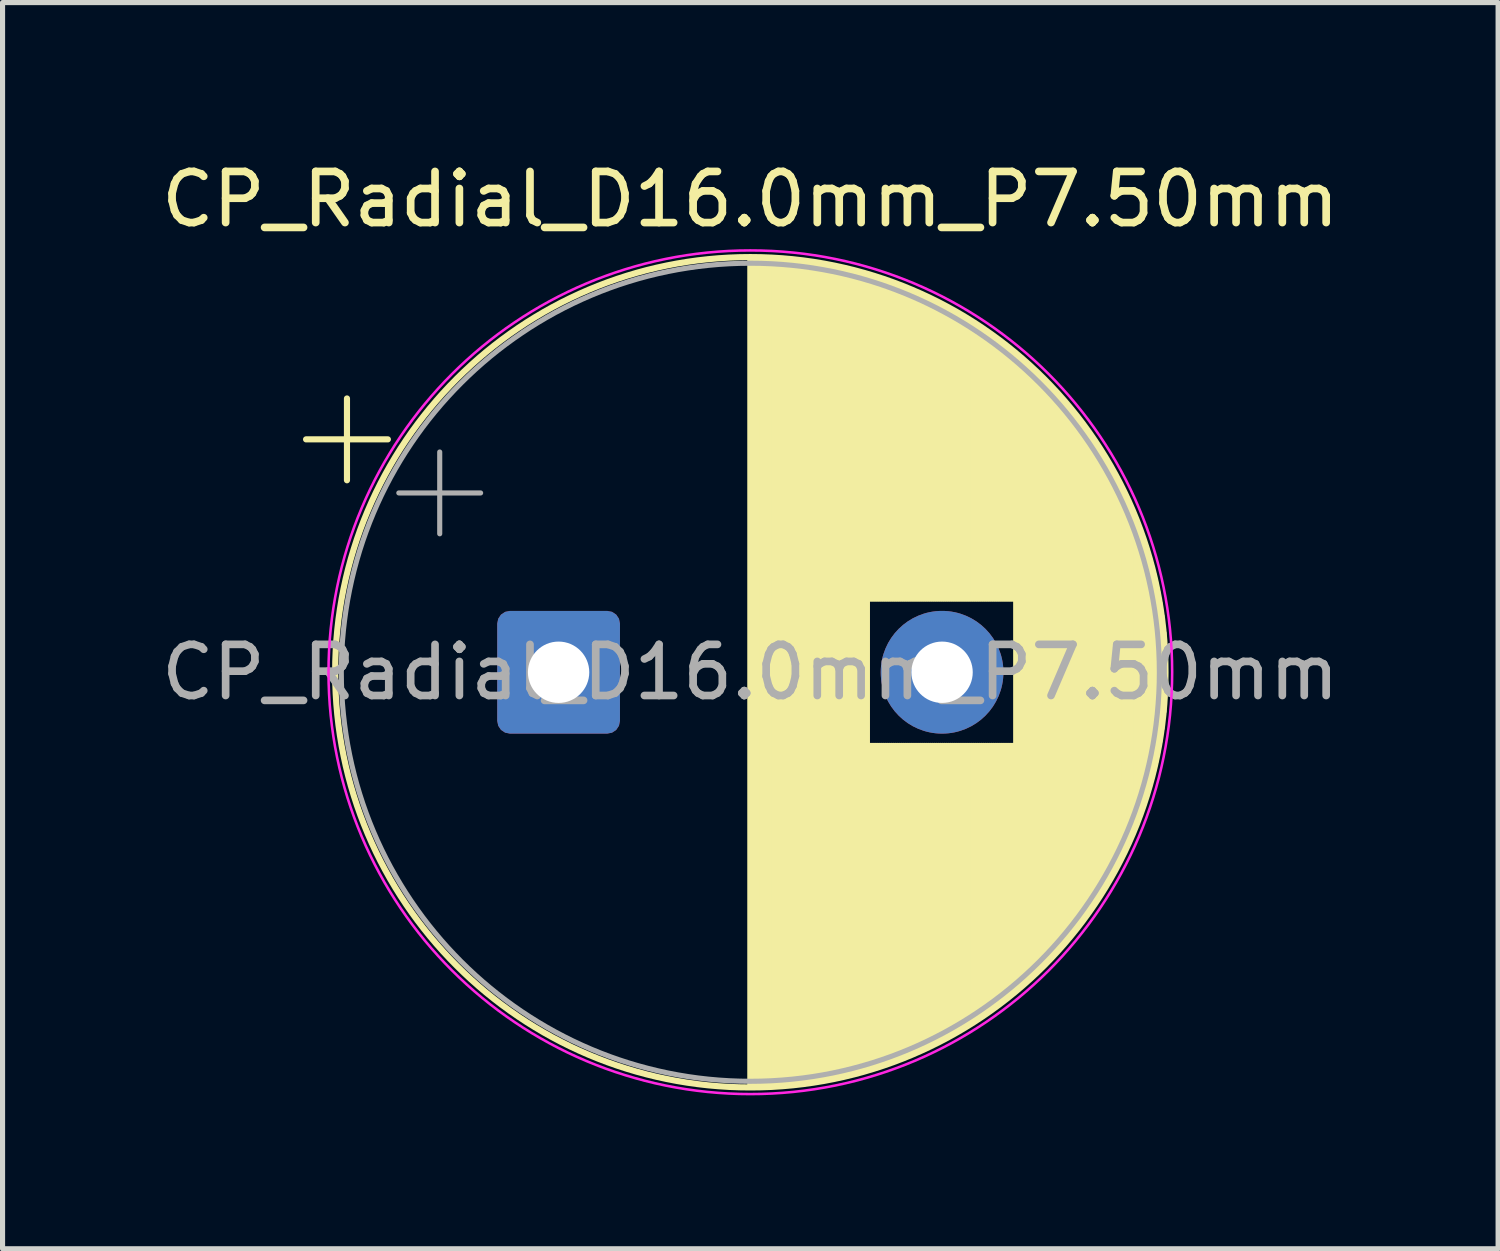
<source format=kicad_pcb>
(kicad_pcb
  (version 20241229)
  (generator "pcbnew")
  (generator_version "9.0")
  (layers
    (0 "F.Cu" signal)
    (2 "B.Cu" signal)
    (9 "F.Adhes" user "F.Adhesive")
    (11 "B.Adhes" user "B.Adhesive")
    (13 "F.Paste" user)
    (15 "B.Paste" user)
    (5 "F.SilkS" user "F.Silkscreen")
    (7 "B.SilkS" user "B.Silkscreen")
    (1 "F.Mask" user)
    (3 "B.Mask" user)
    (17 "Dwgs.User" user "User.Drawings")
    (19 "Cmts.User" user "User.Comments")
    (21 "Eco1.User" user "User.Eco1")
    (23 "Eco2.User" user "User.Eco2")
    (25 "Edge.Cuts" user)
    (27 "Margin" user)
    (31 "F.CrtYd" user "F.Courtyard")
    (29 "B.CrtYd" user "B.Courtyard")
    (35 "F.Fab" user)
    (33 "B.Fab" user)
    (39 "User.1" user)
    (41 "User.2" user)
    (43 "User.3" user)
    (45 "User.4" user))
  (footprint "CP_Radial_D16.0mm_P7.50mm"
    (layer "F.Cu")
    (at 7.875 10.098)
    (property "Reference" "CP_Radial_D16.0mm_P7.50mm" (at 3.75 -9.25 0) (layer "F.SilkS") (effects (font (size 1 1) (thickness 0.15))))
    (attr through_hole)
    (fp_line (start -4.939 -4.555) (end -3.339 -4.555) (stroke (width 0.12) (type solid)) (layer "F.SilkS"))
    (fp_line (start -4.139 -5.355) (end -4.139 -3.755) (stroke (width 0.12) (type solid)) (layer "F.SilkS"))
    (fp_line (start 3.75 -8.08) (end 3.75 8.08) (stroke (width 0.12) (type solid)) (layer "F.SilkS"))
    (fp_line (start 3.79 -8.08) (end 3.79 8.08) (stroke (width 0.12) (type solid)) (layer "F.SilkS"))
    (fp_line (start 3.83 -8.08) (end 3.83 8.08) (stroke (width 0.12) (type solid)) (layer "F.SilkS"))
    (fp_line (start 3.87 -8.079) (end 3.87 8.079) (stroke (width 0.12) (type solid)) (layer "F.SilkS"))
    (fp_line (start 3.91 -8.078) (end 3.91 8.078) (stroke (width 0.12) (type solid)) (layer "F.SilkS"))
    (fp_line (start 3.95 -8.078) (end 3.95 8.078) (stroke (width 0.12) (type solid)) (layer "F.SilkS"))
    (fp_line (start 3.99 -8.076) (end 3.99 8.076) (stroke (width 0.12) (type solid)) (layer "F.SilkS"))
    (fp_line (start 4.03 -8.075) (end 4.03 8.075) (stroke (width 0.12) (type solid)) (layer "F.SilkS"))
    (fp_line (start 4.07 -8.074) (end 4.07 8.074) (stroke (width 0.12) (type solid)) (layer "F.SilkS"))
    (fp_line (start 4.11 -8.072) (end 4.11 8.072) (stroke (width 0.12) (type solid)) (layer "F.SilkS"))
    (fp_line (start 4.15 -8.07) (end 4.15 8.07) (stroke (width 0.12) (type solid)) (layer "F.SilkS"))
    (fp_line (start 4.19 -8.068) (end 4.19 8.068) (stroke (width 0.12) (type solid)) (layer "F.SilkS"))
    (fp_line (start 4.23 -8.066) (end 4.23 8.066) (stroke (width 0.12) (type solid)) (layer "F.SilkS"))
    (fp_line (start 4.27 -8.063) (end 4.27 8.063) (stroke (width 0.12) (type solid)) (layer "F.SilkS"))
    (fp_line (start 4.31 -8.061) (end 4.31 8.061) (stroke (width 0.12) (type solid)) (layer "F.SilkS"))
    (fp_line (start 4.35 -8.058) (end 4.35 8.058) (stroke (width 0.12) (type solid)) (layer "F.SilkS"))
    (fp_line (start 4.39 -8.055) (end 4.39 8.055) (stroke (width 0.12) (type solid)) (layer "F.SilkS"))
    (fp_line (start 4.43 -8.051) (end 4.43 8.051) (stroke (width 0.12) (type solid)) (layer "F.SilkS"))
    (fp_line (start 4.47 -8.048) (end 4.47 8.048) (stroke (width 0.12) (type solid)) (layer "F.SilkS"))
    (fp_line (start 4.51 -8.044) (end 4.51 8.044) (stroke (width 0.12) (type solid)) (layer "F.SilkS"))
    (fp_line (start 4.55 -8.04) (end 4.55 8.04) (stroke (width 0.12) (type solid)) (layer "F.SilkS"))
    (fp_line (start 4.59 -8.036) (end 4.59 8.036) (stroke (width 0.12) (type solid)) (layer "F.SilkS"))
    (fp_line (start 4.63 -8.032) (end 4.63 8.032) (stroke (width 0.12) (type solid)) (layer "F.SilkS"))
    (fp_line (start 4.67 -8.028) (end 4.67 8.028) (stroke (width 0.12) (type solid)) (layer "F.SilkS"))
    (fp_line (start 4.71 -8.023) (end 4.71 8.023) (stroke (width 0.12) (type solid)) (layer "F.SilkS"))
    (fp_line (start 4.75 -8.018) (end 4.75 8.018) (stroke (width 0.12) (type solid)) (layer "F.SilkS"))
    (fp_line (start 4.79 -8.013) (end 4.79 8.013) (stroke (width 0.12) (type solid)) (layer "F.SilkS"))
    (fp_line (start 4.83 -8.008) (end 4.83 8.008) (stroke (width 0.12) (type solid)) (layer "F.SilkS"))
    (fp_line (start 4.87 -8.002) (end 4.87 8.002) (stroke (width 0.12) (type solid)) (layer "F.SilkS"))
    (fp_line (start 4.91 -7.997) (end 4.91 7.997) (stroke (width 0.12) (type solid)) (layer "F.SilkS"))
    (fp_line (start 4.95 -7.991) (end 4.95 7.991) (stroke (width 0.12) (type solid)) (layer "F.SilkS"))
    (fp_line (start 4.99 -7.985) (end 4.99 7.985) (stroke (width 0.12) (type solid)) (layer "F.SilkS"))
    (fp_line (start 5.03 -7.978) (end 5.03 7.978) (stroke (width 0.12) (type solid)) (layer "F.SilkS"))
    (fp_line (start 5.07 -7.972) (end 5.07 7.972) (stroke (width 0.12) (type solid)) (layer "F.SilkS"))
    (fp_line (start 5.11 -7.965) (end 5.11 7.965) (stroke (width 0.12) (type solid)) (layer "F.SilkS"))
    (fp_line (start 5.15 -7.958) (end 5.15 7.958) (stroke (width 0.12) (type solid)) (layer "F.SilkS"))
    (fp_line (start 5.19 -7.951) (end 5.19 7.951) (stroke (width 0.12) (type solid)) (layer "F.SilkS"))
    (fp_line (start 5.23 -7.944) (end 5.23 7.944) (stroke (width 0.12) (type solid)) (layer "F.SilkS"))
    (fp_line (start 5.27 -7.936) (end 5.27 7.936) (stroke (width 0.12) (type solid)) (layer "F.SilkS"))
    (fp_line (start 5.31 -7.929) (end 5.31 7.929) (stroke (width 0.12) (type solid)) (layer "F.SilkS"))
    (fp_line (start 5.35 -7.921) (end 5.35 7.921) (stroke (width 0.12) (type solid)) (layer "F.SilkS"))
    (fp_line (start 5.39 -7.913) (end 5.39 7.913) (stroke (width 0.12) (type solid)) (layer "F.SilkS"))
    (fp_line (start 5.43 -7.904) (end 5.43 7.904) (stroke (width 0.12) (type solid)) (layer "F.SilkS"))
    (fp_line (start 5.47 -7.896) (end 5.47 7.896) (stroke (width 0.12) (type solid)) (layer "F.SilkS"))
    (fp_line (start 5.51 -7.887) (end 5.51 7.887) (stroke (width 0.12) (type solid)) (layer "F.SilkS"))
    (fp_line (start 5.55 -7.878) (end 5.55 7.878) (stroke (width 0.12) (type solid)) (layer "F.SilkS"))
    (fp_line (start 5.59 -7.869) (end 5.59 7.869) (stroke (width 0.12) (type solid)) (layer "F.SilkS"))
    (fp_line (start 5.63 -7.859) (end 5.63 7.859) (stroke (width 0.12) (type solid)) (layer "F.SilkS"))
    (fp_line (start 5.67 -7.85) (end 5.67 7.85) (stroke (width 0.12) (type solid)) (layer "F.SilkS"))
    (fp_line (start 5.71 -7.84) (end 5.71 7.84) (stroke (width 0.12) (type solid)) (layer "F.SilkS"))
    (fp_line (start 5.75 -7.83) (end 5.75 7.83) (stroke (width 0.12) (type solid)) (layer "F.SilkS"))
    (fp_line (start 5.79 -7.82) (end 5.79 7.82) (stroke (width 0.12) (type solid)) (layer "F.SilkS"))
    (fp_line (start 5.83 -7.809) (end 5.83 7.809) (stroke (width 0.12) (type solid)) (layer "F.SilkS"))
    (fp_line (start 5.87 -7.798) (end 5.87 7.798) (stroke (width 0.12) (type solid)) (layer "F.SilkS"))
    (fp_line (start 5.91 -7.787) (end 5.91 7.787) (stroke (width 0.12) (type solid)) (layer "F.SilkS"))
    (fp_line (start 5.95 -7.776) (end 5.95 7.776) (stroke (width 0.12) (type solid)) (layer "F.SilkS"))
    (fp_line (start 5.99 -7.765) (end 5.99 7.765) (stroke (width 0.12) (type solid)) (layer "F.SilkS"))
    (fp_line (start 6.03 -7.753) (end 6.03 7.753) (stroke (width 0.12) (type solid)) (layer "F.SilkS"))
    (fp_line (start 6.07 -7.742) (end 6.07 -1.44) (stroke (width 0.12) (type solid)) (layer "F.SilkS"))
    (fp_line (start 6.07 1.44) (end 6.07 7.742) (stroke (width 0.12) (type solid)) (layer "F.SilkS"))
    (fp_line (start 6.11 -7.729) (end 6.11 -1.44) (stroke (width 0.12) (type solid)) (layer "F.SilkS"))
    (fp_line (start 6.11 1.44) (end 6.11 7.729) (stroke (width 0.12) (type solid)) (layer "F.SilkS"))
    (fp_line (start 6.15 -7.717) (end 6.15 -1.44) (stroke (width 0.12) (type solid)) (layer "F.SilkS"))
    (fp_line (start 6.15 1.44) (end 6.15 7.717) (stroke (width 0.12) (type solid)) (layer "F.SilkS"))
    (fp_line (start 6.19 -7.705) (end 6.19 -1.44) (stroke (width 0.12) (type solid)) (layer "F.SilkS"))
    (fp_line (start 6.19 1.44) (end 6.19 7.705) (stroke (width 0.12) (type solid)) (layer "F.SilkS"))
    (fp_line (start 6.23 -7.692) (end 6.23 -1.44) (stroke (width 0.12) (type solid)) (layer "F.SilkS"))
    (fp_line (start 6.23 1.44) (end 6.23 7.692) (stroke (width 0.12) (type solid)) (layer "F.SilkS"))
    (fp_line (start 6.27 -7.679) (end 6.27 -1.44) (stroke (width 0.12) (type solid)) (layer "F.SilkS"))
    (fp_line (start 6.27 1.44) (end 6.27 7.679) (stroke (width 0.12) (type solid)) (layer "F.SilkS"))
    (fp_line (start 6.31 -7.666) (end 6.31 -1.44) (stroke (width 0.12) (type solid)) (layer "F.SilkS"))
    (fp_line (start 6.31 1.44) (end 6.31 7.666) (stroke (width 0.12) (type solid)) (layer "F.SilkS"))
    (fp_line (start 6.35 -7.652) (end 6.35 -1.44) (stroke (width 0.12) (type solid)) (layer "F.SilkS"))
    (fp_line (start 6.35 1.44) (end 6.35 7.652) (stroke (width 0.12) (type solid)) (layer "F.SilkS"))
    (fp_line (start 6.39 -7.639) (end 6.39 -1.44) (stroke (width 0.12) (type solid)) (layer "F.SilkS"))
    (fp_line (start 6.39 1.44) (end 6.39 7.639) (stroke (width 0.12) (type solid)) (layer "F.SilkS"))
    (fp_line (start 6.43 -7.625) (end 6.43 -1.44) (stroke (width 0.12) (type solid)) (layer "F.SilkS"))
    (fp_line (start 6.43 1.44) (end 6.43 7.625) (stroke (width 0.12) (type solid)) (layer "F.SilkS"))
    (fp_line (start 6.47 -7.611) (end 6.47 -1.44) (stroke (width 0.12) (type solid)) (layer "F.SilkS"))
    (fp_line (start 6.47 1.44) (end 6.47 7.611) (stroke (width 0.12) (type solid)) (layer "F.SilkS"))
    (fp_line (start 6.51 -7.597) (end 6.51 -1.44) (stroke (width 0.12) (type solid)) (layer "F.SilkS"))
    (fp_line (start 6.51 1.44) (end 6.51 7.597) (stroke (width 0.12) (type solid)) (layer "F.SilkS"))
    (fp_line (start 6.55 -7.582) (end 6.55 -1.44) (stroke (width 0.12) (type solid)) (layer "F.SilkS"))
    (fp_line (start 6.55 1.44) (end 6.55 7.582) (stroke (width 0.12) (type solid)) (layer "F.SilkS"))
    (fp_line (start 6.59 -7.567) (end 6.59 -1.44) (stroke (width 0.12) (type solid)) (layer "F.SilkS"))
    (fp_line (start 6.59 1.44) (end 6.59 7.567) (stroke (width 0.12) (type solid)) (layer "F.SilkS"))
    (fp_line (start 6.63 -7.552) (end 6.63 -1.44) (stroke (width 0.12) (type solid)) (layer "F.SilkS"))
    (fp_line (start 6.63 1.44) (end 6.63 7.552) (stroke (width 0.12) (type solid)) (layer "F.SilkS"))
    (fp_line (start 6.67 -7.537) (end 6.67 -1.44) (stroke (width 0.12) (type solid)) (layer "F.SilkS"))
    (fp_line (start 6.67 1.44) (end 6.67 7.537) (stroke (width 0.12) (type solid)) (layer "F.SilkS"))
    (fp_line (start 6.71 -7.521) (end 6.71 -1.44) (stroke (width 0.12) (type solid)) (layer "F.SilkS"))
    (fp_line (start 6.71 1.44) (end 6.71 7.521) (stroke (width 0.12) (type solid)) (layer "F.SilkS"))
    (fp_line (start 6.75 -7.505) (end 6.75 -1.44) (stroke (width 0.12) (type solid)) (layer "F.SilkS"))
    (fp_line (start 6.75 1.44) (end 6.75 7.505) (stroke (width 0.12) (type solid)) (layer "F.SilkS"))
    (fp_line (start 6.79 -7.489) (end 6.79 -1.44) (stroke (width 0.12) (type solid)) (layer "F.SilkS"))
    (fp_line (start 6.79 1.44) (end 6.79 7.489) (stroke (width 0.12) (type solid)) (layer "F.SilkS"))
    (fp_line (start 6.83 -7.473) (end 6.83 -1.44) (stroke (width 0.12) (type solid)) (layer "F.SilkS"))
    (fp_line (start 6.83 1.44) (end 6.83 7.473) (stroke (width 0.12) (type solid)) (layer "F.SilkS"))
    (fp_line (start 6.87 -7.457) (end 6.87 -1.44) (stroke (width 0.12) (type solid)) (layer "F.SilkS"))
    (fp_line (start 6.87 1.44) (end 6.87 7.457) (stroke (width 0.12) (type solid)) (layer "F.SilkS"))
    (fp_line (start 6.91 -7.44) (end 6.91 -1.44) (stroke (width 0.12) (type solid)) (layer "F.SilkS"))
    (fp_line (start 6.91 1.44) (end 6.91 7.44) (stroke (width 0.12) (type solid)) (layer "F.SilkS"))
    (fp_line (start 6.95 -7.423) (end 6.95 -1.44) (stroke (width 0.12) (type solid)) (layer "F.SilkS"))
    (fp_line (start 6.95 1.44) (end 6.95 7.423) (stroke (width 0.12) (type solid)) (layer "F.SilkS"))
    (fp_line (start 6.99 -7.406) (end 6.99 -1.44) (stroke (width 0.12) (type solid)) (layer "F.SilkS"))
    (fp_line (start 6.99 1.44) (end 6.99 7.406) (stroke (width 0.12) (type solid)) (layer "F.SilkS"))
    (fp_line (start 7.03 -7.388) (end 7.03 -1.44) (stroke (width 0.12) (type solid)) (layer "F.SilkS"))
    (fp_line (start 7.03 1.44) (end 7.03 7.388) (stroke (width 0.12) (type solid)) (layer "F.SilkS"))
    (fp_line (start 7.07 -7.37) (end 7.07 -1.44) (stroke (width 0.12) (type solid)) (layer "F.SilkS"))
    (fp_line (start 7.07 1.44) (end 7.07 7.37) (stroke (width 0.12) (type solid)) (layer "F.SilkS"))
    (fp_line (start 7.11 -7.352) (end 7.11 -1.44) (stroke (width 0.12) (type solid)) (layer "F.SilkS"))
    (fp_line (start 7.11 1.44) (end 7.11 7.352) (stroke (width 0.12) (type solid)) (layer "F.SilkS"))
    (fp_line (start 7.15 -7.334) (end 7.15 -1.44) (stroke (width 0.12) (type solid)) (layer "F.SilkS"))
    (fp_line (start 7.15 1.44) (end 7.15 7.334) (stroke (width 0.12) (type solid)) (layer "F.SilkS"))
    (fp_line (start 7.19 -7.315) (end 7.19 -1.44) (stroke (width 0.12) (type solid)) (layer "F.SilkS"))
    (fp_line (start 7.19 1.44) (end 7.19 7.315) (stroke (width 0.12) (type solid)) (layer "F.SilkS"))
    (fp_line (start 7.23 -7.296) (end 7.23 -1.44) (stroke (width 0.12) (type solid)) (layer "F.SilkS"))
    (fp_line (start 7.23 1.44) (end 7.23 7.296) (stroke (width 0.12) (type solid)) (layer "F.SilkS"))
    (fp_line (start 7.27 -7.277) (end 7.27 -1.44) (stroke (width 0.12) (type solid)) (layer "F.SilkS"))
    (fp_line (start 7.27 1.44) (end 7.27 7.277) (stroke (width 0.12) (type solid)) (layer "F.SilkS"))
    (fp_line (start 7.31 -7.258) (end 7.31 -1.44) (stroke (width 0.12) (type solid)) (layer "F.SilkS"))
    (fp_line (start 7.31 1.44) (end 7.31 7.258) (stroke (width 0.12) (type solid)) (layer "F.SilkS"))
    (fp_line (start 7.35 -7.238) (end 7.35 -1.44) (stroke (width 0.12) (type solid)) (layer "F.SilkS"))
    (fp_line (start 7.35 1.44) (end 7.35 7.238) (stroke (width 0.12) (type solid)) (layer "F.SilkS"))
    (fp_line (start 7.39 -7.218) (end 7.39 -1.44) (stroke (width 0.12) (type solid)) (layer "F.SilkS"))
    (fp_line (start 7.39 1.44) (end 7.39 7.218) (stroke (width 0.12) (type solid)) (layer "F.SilkS"))
    (fp_line (start 7.43 -7.198) (end 7.43 -1.44) (stroke (width 0.12) (type solid)) (layer "F.SilkS"))
    (fp_line (start 7.43 1.44) (end 7.43 7.198) (stroke (width 0.12) (type solid)) (layer "F.SilkS"))
    (fp_line (start 7.47 -7.178) (end 7.47 -1.44) (stroke (width 0.12) (type solid)) (layer "F.SilkS"))
    (fp_line (start 7.47 1.44) (end 7.47 7.178) (stroke (width 0.12) (type solid)) (layer "F.SilkS"))
    (fp_line (start 7.51 -7.157) (end 7.51 -1.44) (stroke (width 0.12) (type solid)) (layer "F.SilkS"))
    (fp_line (start 7.51 1.44) (end 7.51 7.157) (stroke (width 0.12) (type solid)) (layer "F.SilkS"))
    (fp_line (start 7.55 -7.136) (end 7.55 -1.44) (stroke (width 0.12) (type solid)) (layer "F.SilkS"))
    (fp_line (start 7.55 1.44) (end 7.55 7.136) (stroke (width 0.12) (type solid)) (layer "F.SilkS"))
    (fp_line (start 7.59 -7.115) (end 7.59 -1.44) (stroke (width 0.12) (type solid)) (layer "F.SilkS"))
    (fp_line (start 7.59 1.44) (end 7.59 7.115) (stroke (width 0.12) (type solid)) (layer "F.SilkS"))
    (fp_line (start 7.63 -7.093) (end 7.63 -1.44) (stroke (width 0.12) (type solid)) (layer "F.SilkS"))
    (fp_line (start 7.63 1.44) (end 7.63 7.093) (stroke (width 0.12) (type solid)) (layer "F.SilkS"))
    (fp_line (start 7.67 -7.071) (end 7.67 -1.44) (stroke (width 0.12) (type solid)) (layer "F.SilkS"))
    (fp_line (start 7.67 1.44) (end 7.67 7.071) (stroke (width 0.12) (type solid)) (layer "F.SilkS"))
    (fp_line (start 7.71 -7.049) (end 7.71 -1.44) (stroke (width 0.12) (type solid)) (layer "F.SilkS"))
    (fp_line (start 7.71 1.44) (end 7.71 7.049) (stroke (width 0.12) (type solid)) (layer "F.SilkS"))
    (fp_line (start 7.75 -7.026) (end 7.75 -1.44) (stroke (width 0.12) (type solid)) (layer "F.SilkS"))
    (fp_line (start 7.75 1.44) (end 7.75 7.026) (stroke (width 0.12) (type solid)) (layer "F.SilkS"))
    (fp_line (start 7.79 -7.004) (end 7.79 -1.44) (stroke (width 0.12) (type solid)) (layer "F.SilkS"))
    (fp_line (start 7.79 1.44) (end 7.79 7.004) (stroke (width 0.12) (type solid)) (layer "F.SilkS"))
    (fp_line (start 7.83 -6.981) (end 7.83 -1.44) (stroke (width 0.12) (type solid)) (layer "F.SilkS"))
    (fp_line (start 7.83 1.44) (end 7.83 6.981) (stroke (width 0.12) (type solid)) (layer "F.SilkS"))
    (fp_line (start 7.87 -6.957) (end 7.87 -1.44) (stroke (width 0.12) (type solid)) (layer "F.SilkS"))
    (fp_line (start 7.87 1.44) (end 7.87 6.957) (stroke (width 0.12) (type solid)) (layer "F.SilkS"))
    (fp_line (start 7.91 -6.933) (end 7.91 -1.44) (stroke (width 0.12) (type solid)) (layer "F.SilkS"))
    (fp_line (start 7.91 1.44) (end 7.91 6.933) (stroke (width 0.12) (type solid)) (layer "F.SilkS"))
    (fp_line (start 7.95 -6.909) (end 7.95 -1.44) (stroke (width 0.12) (type solid)) (layer "F.SilkS"))
    (fp_line (start 7.95 1.44) (end 7.95 6.909) (stroke (width 0.12) (type solid)) (layer "F.SilkS"))
    (fp_line (start 7.99 -6.885) (end 7.99 -1.44) (stroke (width 0.12) (type solid)) (layer "F.SilkS"))
    (fp_line (start 7.99 1.44) (end 7.99 6.885) (stroke (width 0.12) (type solid)) (layer "F.SilkS"))
    (fp_line (start 8.03 -6.86) (end 8.03 -1.44) (stroke (width 0.12) (type solid)) (layer "F.SilkS"))
    (fp_line (start 8.03 1.44) (end 8.03 6.86) (stroke (width 0.12) (type solid)) (layer "F.SilkS"))
    (fp_line (start 8.07 -6.835) (end 8.07 -1.44) (stroke (width 0.12) (type solid)) (layer "F.SilkS"))
    (fp_line (start 8.07 1.44) (end 8.07 6.835) (stroke (width 0.12) (type solid)) (layer "F.SilkS"))
    (fp_line (start 8.11 -6.81) (end 8.11 -1.44) (stroke (width 0.12) (type solid)) (layer "F.SilkS"))
    (fp_line (start 8.11 1.44) (end 8.11 6.81) (stroke (width 0.12) (type solid)) (layer "F.SilkS"))
    (fp_line (start 8.15 -6.785) (end 8.15 -1.44) (stroke (width 0.12) (type solid)) (layer "F.SilkS"))
    (fp_line (start 8.15 1.44) (end 8.15 6.785) (stroke (width 0.12) (type solid)) (layer "F.SilkS"))
    (fp_line (start 8.19 -6.759) (end 8.19 -1.44) (stroke (width 0.12) (type solid)) (layer "F.SilkS"))
    (fp_line (start 8.19 1.44) (end 8.19 6.759) (stroke (width 0.12) (type solid)) (layer "F.SilkS"))
    (fp_line (start 8.23 -6.732) (end 8.23 -1.44) (stroke (width 0.12) (type solid)) (layer "F.SilkS"))
    (fp_line (start 8.23 1.44) (end 8.23 6.732) (stroke (width 0.12) (type solid)) (layer "F.SilkS"))
    (fp_line (start 8.27 -6.706) (end 8.27 -1.44) (stroke (width 0.12) (type solid)) (layer "F.SilkS"))
    (fp_line (start 8.27 1.44) (end 8.27 6.706) (stroke (width 0.12) (type solid)) (layer "F.SilkS"))
    (fp_line (start 8.31 -6.679) (end 8.31 -1.44) (stroke (width 0.12) (type solid)) (layer "F.SilkS"))
    (fp_line (start 8.31 1.44) (end 8.31 6.679) (stroke (width 0.12) (type solid)) (layer "F.SilkS"))
    (fp_line (start 8.35 -6.651) (end 8.35 -1.44) (stroke (width 0.12) (type solid)) (layer "F.SilkS"))
    (fp_line (start 8.35 1.44) (end 8.35 6.651) (stroke (width 0.12) (type solid)) (layer "F.SilkS"))
    (fp_line (start 8.39 -6.624) (end 8.39 -1.44) (stroke (width 0.12) (type solid)) (layer "F.SilkS"))
    (fp_line (start 8.39 1.44) (end 8.39 6.624) (stroke (width 0.12) (type solid)) (layer "F.SilkS"))
    (fp_line (start 8.43 -6.596) (end 8.43 -1.44) (stroke (width 0.12) (type solid)) (layer "F.SilkS"))
    (fp_line (start 8.43 1.44) (end 8.43 6.596) (stroke (width 0.12) (type solid)) (layer "F.SilkS"))
    (fp_line (start 8.47 -6.567) (end 8.47 -1.44) (stroke (width 0.12) (type solid)) (layer "F.SilkS"))
    (fp_line (start 8.47 1.44) (end 8.47 6.567) (stroke (width 0.12) (type solid)) (layer "F.SilkS"))
    (fp_line (start 8.51 -6.539) (end 8.51 -1.44) (stroke (width 0.12) (type solid)) (layer "F.SilkS"))
    (fp_line (start 8.51 1.44) (end 8.51 6.539) (stroke (width 0.12) (type solid)) (layer "F.SilkS"))
    (fp_line (start 8.55 -6.509) (end 8.55 -1.44) (stroke (width 0.12) (type solid)) (layer "F.SilkS"))
    (fp_line (start 8.55 1.44) (end 8.55 6.509) (stroke (width 0.12) (type solid)) (layer "F.SilkS"))
    (fp_line (start 8.59 -6.48) (end 8.59 -1.44) (stroke (width 0.12) (type solid)) (layer "F.SilkS"))
    (fp_line (start 8.59 1.44) (end 8.59 6.48) (stroke (width 0.12) (type solid)) (layer "F.SilkS"))
    (fp_line (start 8.63 -6.45) (end 8.63 -1.44) (stroke (width 0.12) (type solid)) (layer "F.SilkS"))
    (fp_line (start 8.63 1.44) (end 8.63 6.45) (stroke (width 0.12) (type solid)) (layer "F.SilkS"))
    (fp_line (start 8.67 -6.42) (end 8.67 -1.44) (stroke (width 0.12) (type solid)) (layer "F.SilkS"))
    (fp_line (start 8.67 1.44) (end 8.67 6.42) (stroke (width 0.12) (type solid)) (layer "F.SilkS"))
    (fp_line (start 8.71 -6.389) (end 8.71 -1.44) (stroke (width 0.12) (type solid)) (layer "F.SilkS"))
    (fp_line (start 8.71 1.44) (end 8.71 6.389) (stroke (width 0.12) (type solid)) (layer "F.SilkS"))
    (fp_line (start 8.75 -6.358) (end 8.75 -1.44) (stroke (width 0.12) (type solid)) (layer "F.SilkS"))
    (fp_line (start 8.75 1.44) (end 8.75 6.358) (stroke (width 0.12) (type solid)) (layer "F.SilkS"))
    (fp_line (start 8.79 -6.327) (end 8.79 -1.44) (stroke (width 0.12) (type solid)) (layer "F.SilkS"))
    (fp_line (start 8.79 1.44) (end 8.79 6.327) (stroke (width 0.12) (type solid)) (layer "F.SilkS"))
    (fp_line (start 8.83 -6.295) (end 8.83 -1.44) (stroke (width 0.12) (type solid)) (layer "F.SilkS"))
    (fp_line (start 8.83 1.44) (end 8.83 6.295) (stroke (width 0.12) (type solid)) (layer "F.SilkS"))
    (fp_line (start 8.87 -6.262) (end 8.87 -1.44) (stroke (width 0.12) (type solid)) (layer "F.SilkS"))
    (fp_line (start 8.87 1.44) (end 8.87 6.262) (stroke (width 0.12) (type solid)) (layer "F.SilkS"))
    (fp_line (start 8.91 -6.23) (end 8.91 -1.44) (stroke (width 0.12) (type solid)) (layer "F.SilkS"))
    (fp_line (start 8.91 1.44) (end 8.91 6.23) (stroke (width 0.12) (type solid)) (layer "F.SilkS"))
    (fp_line (start 8.95 -6.197) (end 8.95 6.197) (stroke (width 0.12) (type solid)) (layer "F.SilkS"))
    (fp_line (start 8.99 -6.163) (end 8.99 6.163) (stroke (width 0.12) (type solid)) (layer "F.SilkS"))
    (fp_line (start 9.03 -6.129) (end 9.03 6.129) (stroke (width 0.12) (type solid)) (layer "F.SilkS"))
    (fp_line (start 9.07 -6.094) (end 9.07 6.094) (stroke (width 0.12) (type solid)) (layer "F.SilkS"))
    (fp_line (start 9.11 -6.06) (end 9.11 6.06) (stroke (width 0.12) (type solid)) (layer "F.SilkS"))
    (fp_line (start 9.15 -6.024) (end 9.15 6.024) (stroke (width 0.12) (type solid)) (layer "F.SilkS"))
    (fp_line (start 9.19 -5.988) (end 9.19 5.988) (stroke (width 0.12) (type solid)) (layer "F.SilkS"))
    (fp_line (start 9.23 -5.952) (end 9.23 5.952) (stroke (width 0.12) (type solid)) (layer "F.SilkS"))
    (fp_line (start 9.27 -5.915) (end 9.27 5.915) (stroke (width 0.12) (type solid)) (layer "F.SilkS"))
    (fp_line (start 9.31 -5.878) (end 9.31 5.878) (stroke (width 0.12) (type solid)) (layer "F.SilkS"))
    (fp_line (start 9.35 -5.84) (end 9.35 5.84) (stroke (width 0.12) (type solid)) (layer "F.SilkS"))
    (fp_line (start 9.39 -5.802) (end 9.39 5.802) (stroke (width 0.12) (type solid)) (layer "F.SilkS"))
    (fp_line (start 9.43 -5.763) (end 9.43 5.763) (stroke (width 0.12) (type solid)) (layer "F.SilkS"))
    (fp_line (start 9.47 -5.723) (end 9.47 5.723) (stroke (width 0.12) (type solid)) (layer "F.SilkS"))
    (fp_line (start 9.51 -5.683) (end 9.51 5.683) (stroke (width 0.12) (type solid)) (layer "F.SilkS"))
    (fp_line (start 9.55 -5.643) (end 9.55 5.643) (stroke (width 0.12) (type solid)) (layer "F.SilkS"))
    (fp_line (start 9.59 -5.602) (end 9.59 5.602) (stroke (width 0.12) (type solid)) (layer "F.SilkS"))
    (fp_line (start 9.63 -5.56) (end 9.63 5.56) (stroke (width 0.12) (type solid)) (layer "F.SilkS"))
    (fp_line (start 9.67 -5.518) (end 9.67 5.518) (stroke (width 0.12) (type solid)) (layer "F.SilkS"))
    (fp_line (start 9.71 -5.475) (end 9.71 5.475) (stroke (width 0.12) (type solid)) (layer "F.SilkS"))
    (fp_line (start 9.75 -5.431) (end 9.75 5.431) (stroke (width 0.12) (type solid)) (layer "F.SilkS"))
    (fp_line (start 9.79 -5.387) (end 9.79 5.387) (stroke (width 0.12) (type solid)) (layer "F.SilkS"))
    (fp_line (start 9.83 -5.342) (end 9.83 5.342) (stroke (width 0.12) (type solid)) (layer "F.SilkS"))
    (fp_line (start 9.87 -5.297) (end 9.87 5.297) (stroke (width 0.12) (type solid)) (layer "F.SilkS"))
    (fp_line (start 9.91 -5.25) (end 9.91 5.25) (stroke (width 0.12) (type solid)) (layer "F.SilkS"))
    (fp_line (start 9.95 -5.204) (end 9.95 5.204) (stroke (width 0.12) (type solid)) (layer "F.SilkS"))
    (fp_line (start 9.99 -5.156) (end 9.99 5.156) (stroke (width 0.12) (type solid)) (layer "F.SilkS"))
    (fp_line (start 10.03 -5.107) (end 10.03 5.107) (stroke (width 0.12) (type solid)) (layer "F.SilkS"))
    (fp_line (start 10.07 -5.058) (end 10.07 5.058) (stroke (width 0.12) (type solid)) (layer "F.SilkS"))
    (fp_line (start 10.11 -5.008) (end 10.11 5.008) (stroke (width 0.12) (type solid)) (layer "F.SilkS"))
    (fp_line (start 10.15 -4.957) (end 10.15 4.957) (stroke (width 0.12) (type solid)) (layer "F.SilkS"))
    (fp_line (start 10.19 -4.906) (end 10.19 4.906) (stroke (width 0.12) (type solid)) (layer "F.SilkS"))
    (fp_line (start 10.23 -4.853) (end 10.23 4.853) (stroke (width 0.12) (type solid)) (layer "F.SilkS"))
    (fp_line (start 10.27 -4.8) (end 10.27 4.8) (stroke (width 0.12) (type solid)) (layer "F.SilkS"))
    (fp_line (start 10.31 -4.745) (end 10.31 4.745) (stroke (width 0.12) (type solid)) (layer "F.SilkS"))
    (fp_line (start 10.35 -4.69) (end 10.35 4.69) (stroke (width 0.12) (type solid)) (layer "F.SilkS"))
    (fp_line (start 10.39 -4.634) (end 10.39 4.634) (stroke (width 0.12) (type solid)) (layer "F.SilkS"))
    (fp_line (start 10.43 -4.576) (end 10.43 4.576) (stroke (width 0.12) (type solid)) (layer "F.SilkS"))
    (fp_line (start 10.47 -4.518) (end 10.47 4.518) (stroke (width 0.12) (type solid)) (layer "F.SilkS"))
    (fp_line (start 10.51 -4.459) (end 10.51 4.459) (stroke (width 0.12) (type solid)) (layer "F.SilkS"))
    (fp_line (start 10.55 -4.398) (end 10.55 4.398) (stroke (width 0.12) (type solid)) (layer "F.SilkS"))
    (fp_line (start 10.59 -4.336) (end 10.59 4.336) (stroke (width 0.12) (type solid)) (layer "F.SilkS"))
    (fp_line (start 10.63 -4.273) (end 10.63 4.273) (stroke (width 0.12) (type solid)) (layer "F.SilkS"))
    (fp_line (start 10.67 -4.208) (end 10.67 4.208) (stroke (width 0.12) (type solid)) (layer "F.SilkS"))
    (fp_line (start 10.71 -4.142) (end 10.71 4.142) (stroke (width 0.12) (type solid)) (layer "F.SilkS"))
    (fp_line (start 10.75 -4.075) (end 10.75 4.075) (stroke (width 0.12) (type solid)) (layer "F.SilkS"))
    (fp_line (start 10.79 -4.006) (end 10.79 4.006) (stroke (width 0.12) (type solid)) (layer "F.SilkS"))
    (fp_line (start 10.83 -3.936) (end 10.83 3.936) (stroke (width 0.12) (type solid)) (layer "F.SilkS"))
    (fp_line (start 10.87 -3.864) (end 10.87 3.864) (stroke (width 0.12) (type solid)) (layer "F.SilkS"))
    (fp_line (start 10.91 -3.79) (end 10.91 3.79) (stroke (width 0.12) (type solid)) (layer "F.SilkS"))
    (fp_line (start 10.95 -3.714) (end 10.95 3.714) (stroke (width 0.12) (type solid)) (layer "F.SilkS"))
    (fp_line (start 10.99 -3.637) (end 10.99 3.637) (stroke (width 0.12) (type solid)) (layer "F.SilkS"))
    (fp_line (start 11.03 -3.557) (end 11.03 3.557) (stroke (width 0.12) (type solid)) (layer "F.SilkS"))
    (fp_line (start 11.07 -3.475) (end 11.07 3.475) (stroke (width 0.12) (type solid)) (layer "F.SilkS"))
    (fp_line (start 11.11 -3.39) (end 11.11 3.39) (stroke (width 0.12) (type solid)) (layer "F.SilkS"))
    (fp_line (start 11.15 -3.303) (end 11.15 3.303) (stroke (width 0.12) (type solid)) (layer "F.SilkS"))
    (fp_line (start 11.19 -3.213) (end 11.19 3.213) (stroke (width 0.12) (type solid)) (layer "F.SilkS"))
    (fp_line (start 11.23 -3.12) (end 11.23 3.12) (stroke (width 0.12) (type solid)) (layer "F.SilkS"))
    (fp_line (start 11.27 -3.023) (end 11.27 3.023) (stroke (width 0.12) (type solid)) (layer "F.SilkS"))
    (fp_line (start 11.31 -2.923) (end 11.31 2.923) (stroke (width 0.12) (type solid)) (layer "F.SilkS"))
    (fp_line (start 11.35 -2.819) (end 11.35 2.819) (stroke (width 0.12) (type solid)) (layer "F.SilkS"))
    (fp_line (start 11.39 -2.71) (end 11.39 2.71) (stroke (width 0.12) (type solid)) (layer "F.SilkS"))
    (fp_line (start 11.43 -2.597) (end 11.43 2.597) (stroke (width 0.12) (type solid)) (layer "F.SilkS"))
    (fp_line (start 11.47 -2.477) (end 11.47 2.477) (stroke (width 0.12) (type solid)) (layer "F.SilkS"))
    (fp_line (start 11.51 -2.351) (end 11.51 2.351) (stroke (width 0.12) (type solid)) (layer "F.SilkS"))
    (fp_line (start 11.55 -2.217) (end 11.55 2.217) (stroke (width 0.12) (type solid)) (layer "F.SilkS"))
    (fp_line (start 11.59 -2.074) (end 11.59 2.074) (stroke (width 0.12) (type solid)) (layer "F.SilkS"))
    (fp_line (start 11.63 -1.92) (end 11.63 1.92) (stroke (width 0.12) (type solid)) (layer "F.SilkS"))
    (fp_line (start 11.67 -1.751) (end 11.67 1.751) (stroke (width 0.12) (type solid)) (layer "F.SilkS"))
    (fp_line (start 11.71 -1.564) (end 11.71 1.564) (stroke (width 0.12) (type solid)) (layer "F.SilkS"))
    (fp_line (start 11.75 -1.351) (end 11.75 1.351) (stroke (width 0.12) (type solid)) (layer "F.SilkS"))
    (fp_line (start 11.79 -1.097) (end 11.79 1.097) (stroke (width 0.12) (type solid)) (layer "F.SilkS"))
    (fp_line (start 11.83 -0.765) (end 11.83 0.765) (stroke (width 0.12) (type solid)) (layer "F.SilkS"))
    (fp_circle (center 3.75 0) (end 11.87 0) (stroke (width 0.12) (type solid)) (fill no) (layer "F.SilkS"))
    (fp_circle (center 3.75 0) (end 12 0) (stroke (width 0.05) (type solid)) (fill no) (layer "F.CrtYd"))
    (fp_line (start -3.125 -3.507) (end -1.525 -3.507) (stroke (width 0.1) (type solid)) (layer "F.Fab"))
    (fp_line (start -2.325 -4.308) (end -2.325 -2.708) (stroke (width 0.1) (type solid)) (layer "F.Fab"))
    (fp_circle (center 3.75 0) (end 11.75 0) (stroke (width 0.1) (type solid)) (fill no) (layer "F.Fab"))
    (fp_text user "${REFERENCE}" (at 3.75 0 0) (layer "F.Fab") (effects (font (size 1 1) (thickness 0.15))))
    (pad "1" thru_hole roundrect (at 0 0) (size 2.4 2.4) (drill 1.2) (layers "*.Cu" "*.Mask") (roundrect_rratio 0.104))
    (pad "2" thru_hole circle (at 7.5 0) (size 2.4 2.4) (drill 1.2) (layers "*.Cu" "*.Mask")))
  (gr_rect
    (start -3 -3)
    (end 26.25 21.373)
    (stroke (width 0.1) (type default))
    (fill no)
    (layer "Edge.Cuts")))
</source>
